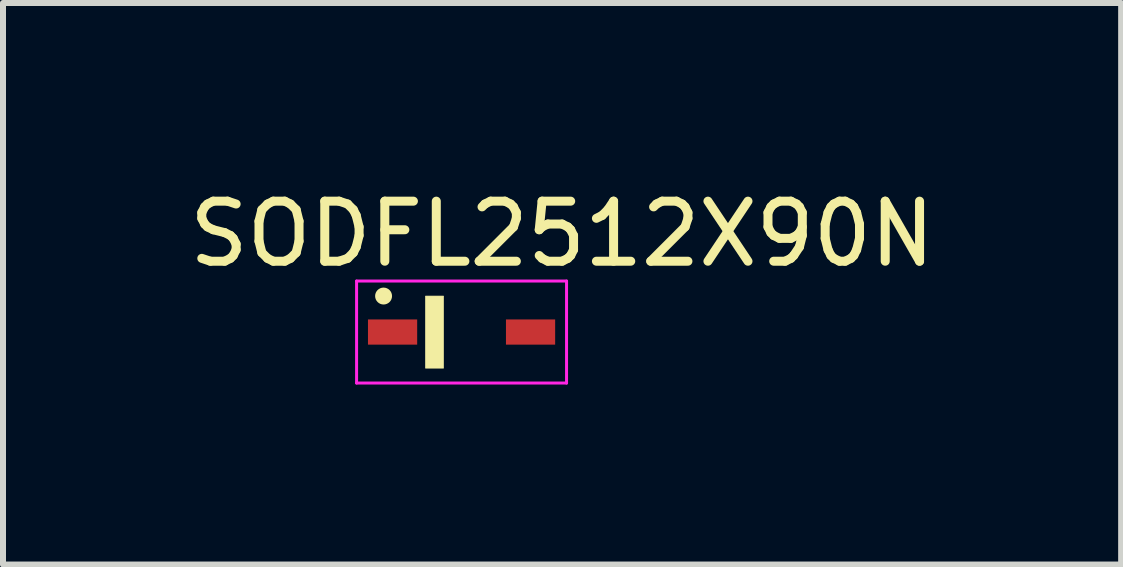
<source format=kicad_pcb>
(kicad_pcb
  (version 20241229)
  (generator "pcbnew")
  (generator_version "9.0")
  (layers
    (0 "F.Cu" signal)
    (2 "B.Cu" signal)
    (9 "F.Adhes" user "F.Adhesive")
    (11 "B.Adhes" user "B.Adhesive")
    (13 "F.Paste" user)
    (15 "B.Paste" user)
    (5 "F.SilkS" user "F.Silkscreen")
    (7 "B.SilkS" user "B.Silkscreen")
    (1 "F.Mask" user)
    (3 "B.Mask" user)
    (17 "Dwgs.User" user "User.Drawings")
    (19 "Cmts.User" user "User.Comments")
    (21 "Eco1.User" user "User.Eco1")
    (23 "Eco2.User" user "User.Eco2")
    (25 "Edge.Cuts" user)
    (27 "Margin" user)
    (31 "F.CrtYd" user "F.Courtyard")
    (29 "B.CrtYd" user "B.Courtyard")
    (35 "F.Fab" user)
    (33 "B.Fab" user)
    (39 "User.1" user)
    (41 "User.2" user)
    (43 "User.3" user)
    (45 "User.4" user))
  (footprint "SODFL2512X90N"
    (layer "F.Cu")
    (at 4.644 2.485)
    (property "Reference" "SODFL2512X90N" (at 1.676 -1.636 0) (layer "F.SilkS") (effects (font (size 1.001 1.001) (thickness 0.15))))
    (attr smd)
    (fp_circle (center -1.3 -0.6) (end -1.159 -0.6) (stroke (width 0) (type solid)) (fill yes) (layer "F.SilkS"))
    (fp_poly (pts (xy -0.602 -0.6) (xy -0.3 -0.6) (xy -0.3 0.602) (xy -0.602 0.602)) (stroke (width 0.01) (type solid)) (fill yes) (layer "F.SilkS"))
    (fp_line (start -1.75 -0.85) (end 1.75 -0.85) (stroke (width 0.05) (type solid)) (layer "F.CrtYd"))
    (fp_line (start -1.75 0.85) (end -1.75 -0.85) (stroke (width 0.05) (type solid)) (layer "F.CrtYd"))
    (fp_line (start 1.75 -0.85) (end 1.75 0.85) (stroke (width 0.05) (type solid)) (layer "F.CrtYd"))
    (fp_line (start 1.75 0.85) (end -1.75 0.85) (stroke (width 0.05) (type solid)) (layer "F.CrtYd"))
    (pad "A" smd rect (at 1.15 0) (size 0.82 0.42) (layers "F.Cu" "F.Mask" "F.Paste"))
    (pad "C" smd rect (at -1.15 0) (size 0.82 0.42) (layers "F.Cu" "F.Mask" "F.Paste")))
  (gr_rect
    (start -3 -3)
    (end 15.639 6.36)
    (stroke (width 0.1) (type default))
    (fill no)
    (layer "Edge.Cuts")))
</source>
